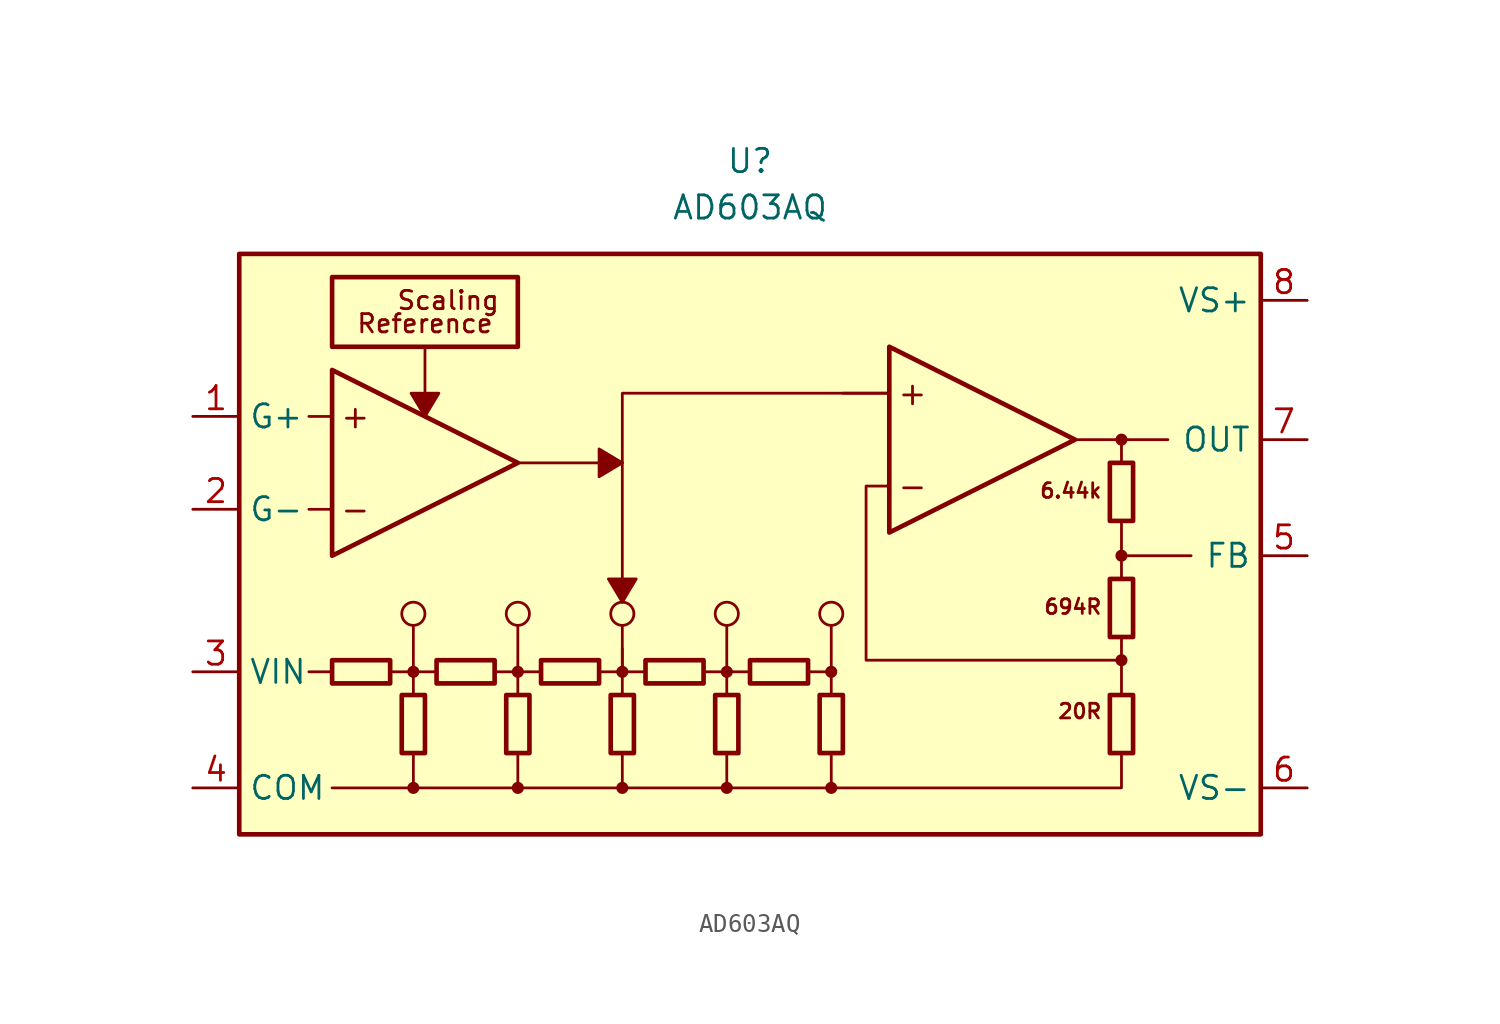
<source format=kicad_sym>
(kicad_symbol_lib
  (version 20211014)
  (generator kicad_symbol_editor)
  (symbol "AD603AQ"
    (property "Reference" "U"
      (at 0 21.59 0)
      (effects (font (size 1.27 1.27))))
    (property "Value" "AD603AQ"
      (at 0 19.05 0)
      (effects (font (size 1.27 1.27))))
    (symbol "AD603AQ_0_0"
      (rectangle (start -27.94 16.51) (end 27.94 -15.24) (stroke (width 0.254) (type default) (color 0 0 0 0)) (fill (type background)))
      (rectangle (start -22.86 15.24) (end -12.7 11.43) (stroke (width 0.254) (type default) (color 0 0 0 0)) (fill (type none)))
      (circle (center -18.415 -12.7) (radius 0.254) (stroke (width 0.152) (type default) (color 0 0 0 0)) (fill (type outline)))
      (circle (center -18.415 -6.35) (radius 0.254) (stroke (width 0.152) (type default) (color 0 0 0 0)) (fill (type outline)))
      (circle (center -18.415 -3.175) (radius 0.635) (stroke (width 0.152) (type default) (color 0 0 0 0)) (fill (type none)))
      (circle (center -12.7 -12.7) (radius 0.254) (stroke (width 0.152) (type default) (color 0 0 0 0)) (fill (type outline)))
      (circle (center -12.7 -6.35) (radius 0.254) (stroke (width 0.152) (type default) (color 0 0 0 0)) (fill (type outline)))
      (circle (center -12.7 -3.175) (radius 0.635) (stroke (width 0.152) (type default) (color 0 0 0 0)) (fill (type none)))
      (circle (center -6.985 -12.7) (radius 0.254) (stroke (width 0.152) (type default) (color 0 0 0 0)) (fill (type outline)))
      (circle (center -6.985 -6.35) (radius 0.254) (stroke (width 0.152) (type default) (color 0 0 0 0)) (fill (type outline)))
      (circle (center -6.985 -3.175) (radius 0.635) (stroke (width 0.152) (type default) (color 0 0 0 0)) (fill (type none)))
      (circle (center -1.27 -12.7) (radius 0.254) (stroke (width 0.152) (type default) (color 0 0 0 0)) (fill (type outline)))
      (circle (center -1.27 -6.35) (radius 0.254) (stroke (width 0.152) (type default) (color 0 0 0 0)) (fill (type outline)))
      (circle (center -1.27 -3.175) (radius 0.635) (stroke (width 0.152) (type default) (color 0 0 0 0)) (fill (type none)))
      (polyline (pts (xy -22.86 -6.35) (xy -24.13 -6.35)) (stroke (width 0.152) (type default) (color 0 0 0 0)) (fill (type none)))
      (polyline (pts (xy -22.86 2.54) (xy -24.13 2.54)) (stroke (width 0.152) (type default) (color 0 0 0 0)) (fill (type none)))
      (polyline (pts (xy -22.86 7.62) (xy -24.13 7.62)) (stroke (width 0.152) (type default) (color 0 0 0 0)) (fill (type none)))
      (polyline (pts (xy -18.415 -10.795) (xy -18.415 -12.7)) (stroke (width 0.152) (type default) (color 0 0 0 0)) (fill (type none)))
      (polyline (pts (xy -18.415 -7.62) (xy -18.415 -6.35)) (stroke (width 0.152) (type default) (color 0 0 0 0)) (fill (type none)))
      (polyline (pts (xy -18.415 -6.35) (xy -19.685 -6.35)) (stroke (width 0.152) (type default) (color 0 0 0 0)) (fill (type none)))
      (polyline (pts (xy -18.415 -6.35) (xy -18.415 -3.81)) (stroke (width 0.152) (type default) (color 0 0 0 0)) (fill (type none)))
      (polyline (pts (xy -17.78 11.43) (xy -17.78 7.62)) (stroke (width 0.152) (type default) (color 0 0 0 0)) (fill (type none)))
      (polyline (pts (xy -17.145 -6.35) (xy -18.415 -6.35)) (stroke (width 0.152) (type default) (color 0 0 0 0)) (fill (type none)))
      (polyline (pts (xy -12.7 -10.795) (xy -12.7 -12.7)) (stroke (width 0.152) (type default) (color 0 0 0 0)) (fill (type none)))
      (polyline (pts (xy -12.7 -7.62) (xy -12.7 -6.35)) (stroke (width 0.152) (type default) (color 0 0 0 0)) (fill (type none)))
      (polyline (pts (xy -12.7 -6.35) (xy -13.97 -6.35)) (stroke (width 0.152) (type default) (color 0 0 0 0)) (fill (type none)))
      (polyline (pts (xy -12.7 -6.35) (xy -12.7 -3.81)) (stroke (width 0.152) (type default) (color 0 0 0 0)) (fill (type none)))
      (polyline (pts (xy -12.7 5.08) (xy -6.985 5.08)) (stroke (width 0.152) (type default) (color 0 0 0 0)) (fill (type none)))
      (polyline (pts (xy -11.43 -6.35) (xy -12.7 -6.35)) (stroke (width 0.152) (type default) (color 0 0 0 0)) (fill (type none)))
      (polyline (pts (xy -6.985 -10.795) (xy -6.985 -12.7)) (stroke (width 0.152) (type default) (color 0 0 0 0)) (fill (type none)))
      (polyline (pts (xy -6.985 -7.62) (xy -6.985 -5.08)) (stroke (width 0.152) (type default) (color 0 0 0 0)) (fill (type none)))
      (polyline (pts (xy -6.985 -6.35) (xy -8.255 -6.35)) (stroke (width 0.152) (type default) (color 0 0 0 0)) (fill (type none)))
      (polyline (pts (xy -6.985 -6.35) (xy -6.985 -3.81)) (stroke (width 0.152) (type default) (color 0 0 0 0)) (fill (type none)))
      (polyline (pts (xy -5.715 -6.35) (xy -6.985 -6.35)) (stroke (width 0.152) (type default) (color 0 0 0 0)) (fill (type none)))
      (polyline (pts (xy -1.27 -10.795) (xy -1.27 -12.7)) (stroke (width 0.152) (type default) (color 0 0 0 0)) (fill (type none)))
      (polyline (pts (xy -1.27 -7.62) (xy -1.27 -6.35)) (stroke (width 0.152) (type default) (color 0 0 0 0)) (fill (type none)))
      (polyline (pts (xy -1.27 -6.35) (xy -2.54 -6.35)) (stroke (width 0.152) (type default) (color 0 0 0 0)) (fill (type none)))
      (polyline (pts (xy -1.27 -6.35) (xy -1.27 -3.81)) (stroke (width 0.152) (type default) (color 0 0 0 0)) (fill (type none)))
      (polyline (pts (xy 0 -6.35) (xy -1.27 -6.35)) (stroke (width 0.152) (type default) (color 0 0 0 0)) (fill (type none)))
      (polyline (pts (xy 4.445 -10.795) (xy 4.445 -12.7)) (stroke (width 0.152) (type default) (color 0 0 0 0)) (fill (type none)))
      (polyline (pts (xy 4.445 -7.62) (xy 4.445 -6.35)) (stroke (width 0.152) (type default) (color 0 0 0 0)) (fill (type none)))
      (polyline (pts (xy 4.445 -6.35) (xy 3.175 -6.35)) (stroke (width 0.152) (type default) (color 0 0 0 0)) (fill (type none)))
      (polyline (pts (xy 4.445 -6.35) (xy 4.445 -3.81)) (stroke (width 0.152) (type default) (color 0 0 0 0)) (fill (type none)))
      (polyline (pts (xy 7.62 8.89) (xy 5.08 8.89)) (stroke (width 0.152) (type default) (color 0 0 0 0)) (fill (type none)))
      (polyline (pts (xy 17.78 6.35) (xy 20.32 6.35)) (stroke (width 0.152) (type default) (color 0 0 0 0)) (fill (type none)))
      (polyline (pts (xy 20.32 -7.62) (xy 20.32 -5.715)) (stroke (width 0.152) (type default) (color 0 0 0 0)) (fill (type none)))
      (polyline (pts (xy 20.32 -1.27) (xy 20.32 1.905)) (stroke (width 0.152) (type default) (color 0 0 0 0)) (fill (type none)))
      (polyline (pts (xy 20.32 0) (xy 24.13 0)) (stroke (width 0.152) (type default) (color 0 0 0 0)) (fill (type none)))
      (polyline (pts (xy 20.32 5.08) (xy 20.32 6.35)) (stroke (width 0.152) (type default) (color 0 0 0 0)) (fill (type none)))
      (polyline (pts (xy 20.32 6.35) (xy 22.86 6.35)) (stroke (width 0.152) (type default) (color 0 0 0 0)) (fill (type none)))
      (polyline (pts (xy 7.62 8.89) (xy -6.985 8.89) (xy -6.985 -2.54)) (stroke (width 0.152) (type default) (color 0 0 0 0)) (fill (type none)))
      (polyline (pts (xy 20.32 -10.795) (xy 20.32 -12.7) (xy -22.86 -12.7)) (stroke (width 0.152) (type default) (color 0 0 0 0)) (fill (type none)))
      (polyline (pts (xy -17.78 7.62) (xy -18.542 8.89) (xy -17.018 8.89) (xy -17.78 7.62)) (stroke (width 0.152) (type default) (color 0 0 0 0)) (fill (type outline)))
      (polyline (pts (xy -6.985 -2.54) (xy -7.747 -1.27) (xy -6.223 -1.27) (xy -6.985 -2.54)) (stroke (width 0.152) (type default) (color 0 0 0 0)) (fill (type outline)))
      (polyline (pts (xy -6.985 5.08) (xy -8.255 4.318) (xy -8.255 5.842) (xy -6.985 5.08)) (stroke (width 0.152) (type default) (color 0 0 0 0)) (fill (type outline)))
      (circle (center 4.445 -12.7) (radius 0.254) (stroke (width 0.152) (type default) (color 0 0 0 0)) (fill (type outline)))
      (circle (center 4.445 -6.35) (radius 0.254) (stroke (width 0.152) (type default) (color 0 0 0 0)) (fill (type outline)))
      (circle (center 4.445 -3.175) (radius 0.635) (stroke (width 0.152) (type default) (color 0 0 0 0)) (fill (type none)))
      (circle (center 20.32 -5.715) (radius 0.254) (stroke (width 0.152) (type default) (color 0 0 0 0)) (fill (type outline)))
      (circle (center 20.32 0) (radius 0.254) (stroke (width 0.152) (type default) (color 0 0 0 0)) (fill (type outline)))
      (circle (center 20.32 6.35) (radius 0.254) (stroke (width 0.152) (type default) (color 0 0 0 0)) (fill (type outline)))
      (text "+" (at -21.59 7.62 0) (effects (font (size 1.27 1.27))))
      (text "+" (at 8.89 8.89 0) (effects (font (size 1.27 1.27))))
      (text "-" (at -21.59 2.54 0) (effects (font (size 1.27 1.27))))
      (text "-" (at 8.89 3.81 0) (effects (font (size 1.27 1.27))))
      (text "20R" (at 19.304 -8.509 0) (effects (font (size 0.8 0.8)) (justify right)))
      (text "6.44k" (at 19.304 3.556 0) (effects (font (size 0.8 0.8)) (justify right)))
      (text "694R" (at 19.304 -2.794 0) (effects (font (size 0.8 0.8)) (justify right)))
      (text "Reference" (at -17.78 12.7 0) (effects (font (size 1 1))))
      (text "Scaling" (at -16.51 13.97 0) (effects (font (size 1 1)))))
    (symbol "AD603AQ_0_1"
      (rectangle (start -19.685 -6.985) (end -22.86 -5.715) (stroke (width 0.254) (type default) (color 0 0 0 0)) (fill (type none)))
      (rectangle (start -19.05 -10.795) (end -17.78 -7.62) (stroke (width 0.254) (type default) (color 0 0 0 0)) (fill (type none)))
      (rectangle (start -13.97 -6.985) (end -17.145 -5.715) (stroke (width 0.254) (type default) (color 0 0 0 0)) (fill (type none)))
      (rectangle (start -13.335 -10.795) (end -12.065 -7.62) (stroke (width 0.254) (type default) (color 0 0 0 0)) (fill (type none)))
      (rectangle (start -8.255 -6.985) (end -11.43 -5.715) (stroke (width 0.254) (type default) (color 0 0 0 0)) (fill (type none)))
      (rectangle (start -7.62 -10.795) (end -6.35 -7.62) (stroke (width 0.254) (type default) (color 0 0 0 0)) (fill (type none)))
      (rectangle (start -2.54 -6.985) (end -5.715 -5.715) (stroke (width 0.254) (type default) (color 0 0 0 0)) (fill (type none)))
      (rectangle (start -1.905 -10.795) (end -0.635 -7.62) (stroke (width 0.254) (type default) (color 0 0 0 0)) (fill (type none)))
      (polyline (pts (xy -22.86 10.16) (xy -22.86 0) (xy -12.7 5.08) (xy -22.86 10.16)) (stroke (width 0.254) (type default) (color 0 0 0 0)) (fill (type none)))
      (polyline (pts (xy 7.62 11.43) (xy 7.62 1.27) (xy 17.78 6.35) (xy 7.62 11.43)) (stroke (width 0.254) (type default) (color 0 0 0 0)) (fill (type none)))
      (polyline (pts (xy 20.32 -4.445) (xy 20.32 -5.715) (xy 6.35 -5.715) (xy 6.35 3.81) (xy 7.62 3.81)) (stroke (width 0.152) (type default) (color 0 0 0 0)) (fill (type none)))
      (rectangle (start 3.175 -6.985) (end 0 -5.715) (stroke (width 0.254) (type default) (color 0 0 0 0)) (fill (type none)))
      (rectangle (start 3.81 -10.795) (end 5.08 -7.62) (stroke (width 0.254) (type default) (color 0 0 0 0)) (fill (type none)))
      (rectangle (start 20.955 -7.62) (end 19.685 -10.795) (stroke (width 0.254) (type default) (color 0 0 0 0)) (fill (type none)))
      (rectangle (start 20.955 -1.27) (end 19.685 -4.445) (stroke (width 0.254) (type default) (color 0 0 0 0)) (fill (type none)))
      (rectangle (start 20.955 5.08) (end 19.685 1.905) (stroke (width 0.254) (type default) (color 0 0 0 0)) (fill (type none))))
    (symbol "AD603AQ_1_1"
      (pin input line (at -30.48 7.62 0) (length 2.54) (name "G+" (effects (font (size 1.27 1.27)))) (number "1" (effects (font (size 1.27 1.27)))))
      (pin input line (at -30.48 2.54 0) (length 2.54) (name "G-" (effects (font (size 1.27 1.27)))) (number "2" (effects (font (size 1.27 1.27)))))
      (pin input line (at -30.48 -6.35 0) (length 2.54) (name "VIN" (effects (font (size 1.27 1.27)))) (number "3" (effects (font (size 1.27 1.27)))))
      (pin power_in line (at -30.48 -12.7 0) (length 2.54) (name "COM" (effects (font (size 1.27 1.27)))) (number "4" (effects (font (size 1.27 1.27)))))
      (pin passive line (at 30.48 0 180) (length 2.54) (name "FB" (effects (font (size 1.27 1.27)))) (number "5" (effects (font (size 1.27 1.27)))))
      (pin power_in line (at 30.48 -12.7 180) (length 2.54) (name "VS-" (effects (font (size 1.27 1.27)))) (number "6" (effects (font (size 1.27 1.27)))))
      (pin output line (at 30.48 6.35 180) (length 2.54) (name "OUT" (effects (font (size 1.27 1.27)))) (number "7" (effects (font (size 1.27 1.27)))))
      (pin power_in line (at 30.48 13.97 180) (length 2.54) (name "VS+" (effects (font (size 1.27 1.27)))) (number "8" (effects (font (size 1.27 1.27))))))))
</source>
